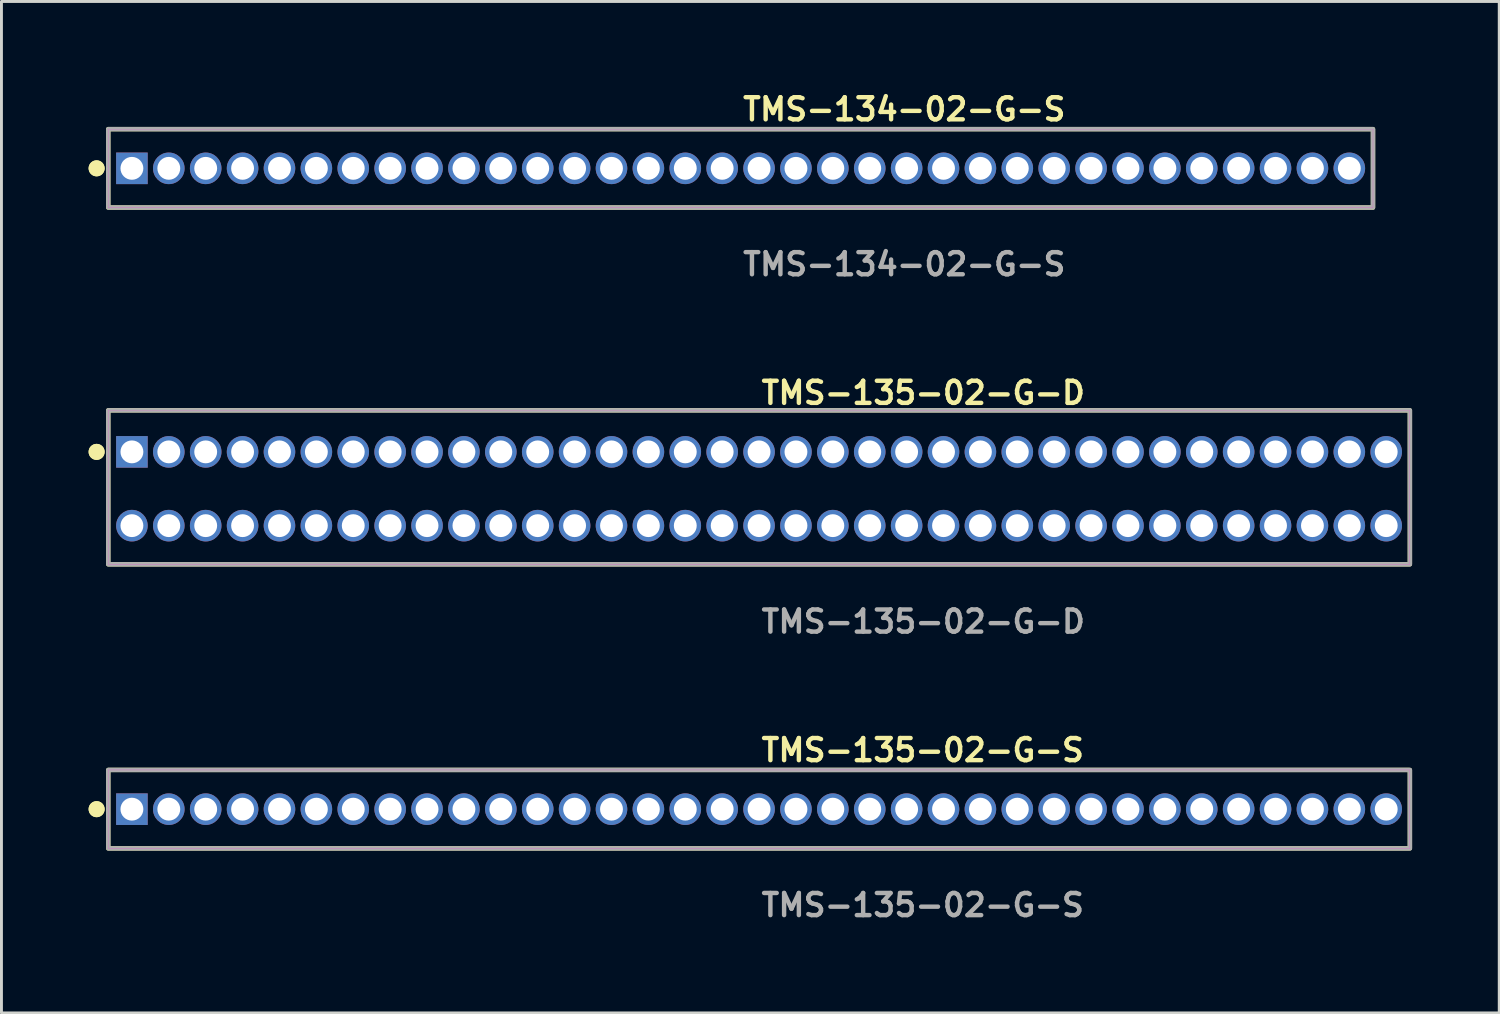
<source format=kicad_pcb>
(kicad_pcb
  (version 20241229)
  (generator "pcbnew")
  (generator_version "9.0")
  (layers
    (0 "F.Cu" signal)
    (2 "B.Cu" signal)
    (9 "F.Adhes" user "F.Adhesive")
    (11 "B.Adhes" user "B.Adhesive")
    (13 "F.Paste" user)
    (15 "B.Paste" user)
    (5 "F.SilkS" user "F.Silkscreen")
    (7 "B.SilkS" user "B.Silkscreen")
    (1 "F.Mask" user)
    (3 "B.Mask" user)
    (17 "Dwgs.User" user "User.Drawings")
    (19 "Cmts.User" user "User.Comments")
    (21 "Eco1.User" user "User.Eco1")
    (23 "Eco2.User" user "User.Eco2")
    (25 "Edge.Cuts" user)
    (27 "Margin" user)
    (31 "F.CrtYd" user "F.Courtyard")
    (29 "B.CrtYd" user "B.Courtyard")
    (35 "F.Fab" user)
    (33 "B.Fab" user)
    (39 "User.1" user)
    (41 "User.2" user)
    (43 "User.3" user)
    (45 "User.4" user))
  (footprint "TMS-134-02-G-S"
    (layer "F.Cu")
    (at 22.446 2.745)
    (property "Reference" "TMS-134-02-G-S" (at 0 -2.032 0) (unlocked yes) (layer "F.SilkS") (effects (font (size 0.762 0.762) (thickness 0.152)) (justify left)))
    (fp_rect (start -21.77 1.35) (end 21.77 -1.35) (stroke (width 0.152) (type solid)) (fill no) (layer "F.SilkS"))
    (fp_circle (center -22.17 0) (end -22.37 0) (stroke (width 0.152) (type solid)) (fill yes) (layer "F.SilkS"))
    (fp_circle (center -22.17 0) (end -22.37 0) (stroke (width 0.152) (type solid)) (fill yes) (layer "F.SilkS"))
    (fp_rect (start -21.77 1.35) (end 21.77 -1.35) (stroke (width 0.006) (type solid)) (fill no) (layer "F.CrtYd"))
    (fp_rect (start -21.77 1.35) (end 21.77 -1.35) (stroke (width 0.152) (type solid)) (fill no) (layer "F.Fab"))
    (fp_text user "${REFERENCE}" (at 0 3.302 0) (unlocked yes) (layer "F.Fab") (effects (font (size 0.762 0.762) (thickness 0.152)) (justify left)))
    (pad "1" thru_hole rect (at -20.955 0) (size 1.087 1.087) (drill 0.787) (layers "*.Cu" "*.Mask"))
    (pad "2" thru_hole circle (at -19.685 0) (size 1.087 1.087) (drill 0.787) (layers "*.Cu" "*.Mask"))
    (pad "3" thru_hole circle (at -18.415 0) (size 1.087 1.087) (drill 0.787) (layers "*.Cu" "*.Mask"))
    (pad "4" thru_hole circle (at -17.145 0) (size 1.087 1.087) (drill 0.787) (layers "*.Cu" "*.Mask"))
    (pad "5" thru_hole circle (at -15.875 0) (size 1.087 1.087) (drill 0.787) (layers "*.Cu" "*.Mask"))
    (pad "6" thru_hole circle (at -14.605 0) (size 1.087 1.087) (drill 0.787) (layers "*.Cu" "*.Mask"))
    (pad "7" thru_hole circle (at -13.335 0) (size 1.087 1.087) (drill 0.787) (layers "*.Cu" "*.Mask"))
    (pad "8" thru_hole circle (at -12.065 0) (size 1.087 1.087) (drill 0.787) (layers "*.Cu" "*.Mask"))
    (pad "9" thru_hole circle (at -10.795 0) (size 1.087 1.087) (drill 0.787) (layers "*.Cu" "*.Mask"))
    (pad "10" thru_hole circle (at -9.525 0) (size 1.087 1.087) (drill 0.787) (layers "*.Cu" "*.Mask"))
    (pad "11" thru_hole circle (at -8.255 0) (size 1.087 1.087) (drill 0.787) (layers "*.Cu" "*.Mask"))
    (pad "12" thru_hole circle (at -6.985 0) (size 1.087 1.087) (drill 0.787) (layers "*.Cu" "*.Mask"))
    (pad "13" thru_hole circle (at -5.715 0) (size 1.087 1.087) (drill 0.787) (layers "*.Cu" "*.Mask"))
    (pad "14" thru_hole circle (at -4.445 0) (size 1.087 1.087) (drill 0.787) (layers "*.Cu" "*.Mask"))
    (pad "15" thru_hole circle (at -3.175 0) (size 1.087 1.087) (drill 0.787) (layers "*.Cu" "*.Mask"))
    (pad "16" thru_hole circle (at -1.905 0) (size 1.087 1.087) (drill 0.787) (layers "*.Cu" "*.Mask"))
    (pad "17" thru_hole circle (at -0.635 0) (size 1.087 1.087) (drill 0.787) (layers "*.Cu" "*.Mask"))
    (pad "18" thru_hole circle (at 0.635 0) (size 1.087 1.087) (drill 0.787) (layers "*.Cu" "*.Mask"))
    (pad "19" thru_hole circle (at 1.905 0) (size 1.087 1.087) (drill 0.787) (layers "*.Cu" "*.Mask"))
    (pad "20" thru_hole circle (at 3.175 0) (size 1.087 1.087) (drill 0.787) (layers "*.Cu" "*.Mask"))
    (pad "21" thru_hole circle (at 4.445 0) (size 1.087 1.087) (drill 0.787) (layers "*.Cu" "*.Mask"))
    (pad "22" thru_hole circle (at 5.715 0) (size 1.087 1.087) (drill 0.787) (layers "*.Cu" "*.Mask"))
    (pad "23" thru_hole circle (at 6.985 0) (size 1.087 1.087) (drill 0.787) (layers "*.Cu" "*.Mask"))
    (pad "24" thru_hole circle (at 8.255 0) (size 1.087 1.087) (drill 0.787) (layers "*.Cu" "*.Mask"))
    (pad "25" thru_hole circle (at 9.525 0) (size 1.087 1.087) (drill 0.787) (layers "*.Cu" "*.Mask"))
    (pad "26" thru_hole circle (at 10.795 0) (size 1.087 1.087) (drill 0.787) (layers "*.Cu" "*.Mask"))
    (pad "27" thru_hole circle (at 12.065 0) (size 1.087 1.087) (drill 0.787) (layers "*.Cu" "*.Mask"))
    (pad "28" thru_hole circle (at 13.335 0) (size 1.087 1.087) (drill 0.787) (layers "*.Cu" "*.Mask"))
    (pad "29" thru_hole circle (at 14.605 0) (size 1.087 1.087) (drill 0.787) (layers "*.Cu" "*.Mask"))
    (pad "30" thru_hole circle (at 15.875 0) (size 1.087 1.087) (drill 0.787) (layers "*.Cu" "*.Mask"))
    (pad "31" thru_hole circle (at 17.145 0) (size 1.087 1.087) (drill 0.787) (layers "*.Cu" "*.Mask"))
    (pad "32" thru_hole circle (at 18.415 0) (size 1.087 1.087) (drill 0.787) (layers "*.Cu" "*.Mask"))
    (pad "33" thru_hole circle (at 19.685 0) (size 1.087 1.087) (drill 0.787) (layers "*.Cu" "*.Mask"))
    (pad "34" thru_hole circle (at 20.955 0) (size 1.087 1.087) (drill 0.787) (layers "*.Cu" "*.Mask")))
  (footprint "TMS-135-02-G-D"
    (layer "F.Cu")
    (at 23.081 13.776)
    (property "Reference" "TMS-135-02-G-D" (at 0 -3.302 0) (unlocked yes) (layer "F.SilkS") (effects (font (size 0.762 0.762) (thickness 0.152)) (justify left)))
    (fp_rect (start -22.405 2.6) (end 22.405 -2.7) (stroke (width 0.152) (type solid)) (fill no) (layer "F.SilkS"))
    (fp_circle (center -22.805 -1.27) (end -23.005 -1.27) (stroke (width 0.152) (type solid)) (fill yes) (layer "F.SilkS"))
    (fp_circle (center -22.805 -1.27) (end -23.005 -1.27) (stroke (width 0.152) (type solid)) (fill yes) (layer "F.SilkS"))
    (fp_rect (start -22.405 2.6) (end 22.405 -2.7) (stroke (width 0.006) (type solid)) (fill no) (layer "F.CrtYd"))
    (fp_rect (start -22.405 2.6) (end 22.405 -2.7) (stroke (width 0.152) (type solid)) (fill no) (layer "F.Fab"))
    (fp_text user "${REFERENCE}" (at 0 4.572 0) (unlocked yes) (layer "F.Fab") (effects (font (size 0.762 0.762) (thickness 0.152)) (justify left)))
    (pad "1" thru_hole rect (at -21.59 -1.27) (size 1.087 1.087) (drill 0.787) (layers "*.Cu" "*.Mask"))
    (pad "2" thru_hole circle (at -21.59 1.27) (size 1.087 1.087) (drill 0.787) (layers "*.Cu" "*.Mask"))
    (pad "3" thru_hole circle (at -20.32 -1.27) (size 1.087 1.087) (drill 0.787) (layers "*.Cu" "*.Mask"))
    (pad "4" thru_hole circle (at -20.32 1.27) (size 1.087 1.087) (drill 0.787) (layers "*.Cu" "*.Mask"))
    (pad "5" thru_hole circle (at -19.05 -1.27) (size 1.087 1.087) (drill 0.787) (layers "*.Cu" "*.Mask"))
    (pad "6" thru_hole circle (at -19.05 1.27) (size 1.087 1.087) (drill 0.787) (layers "*.Cu" "*.Mask"))
    (pad "7" thru_hole circle (at -17.78 -1.27) (size 1.087 1.087) (drill 0.787) (layers "*.Cu" "*.Mask"))
    (pad "8" thru_hole circle (at -17.78 1.27) (size 1.087 1.087) (drill 0.787) (layers "*.Cu" "*.Mask"))
    (pad "9" thru_hole circle (at -16.51 -1.27) (size 1.087 1.087) (drill 0.787) (layers "*.Cu" "*.Mask"))
    (pad "10" thru_hole circle (at -16.51 1.27) (size 1.087 1.087) (drill 0.787) (layers "*.Cu" "*.Mask"))
    (pad "11" thru_hole circle (at -15.24 -1.27) (size 1.087 1.087) (drill 0.787) (layers "*.Cu" "*.Mask"))
    (pad "12" thru_hole circle (at -15.24 1.27) (size 1.087 1.087) (drill 0.787) (layers "*.Cu" "*.Mask"))
    (pad "13" thru_hole circle (at -13.97 -1.27) (size 1.087 1.087) (drill 0.787) (layers "*.Cu" "*.Mask"))
    (pad "14" thru_hole circle (at -13.97 1.27) (size 1.087 1.087) (drill 0.787) (layers "*.Cu" "*.Mask"))
    (pad "15" thru_hole circle (at -12.7 -1.27) (size 1.087 1.087) (drill 0.787) (layers "*.Cu" "*.Mask"))
    (pad "16" thru_hole circle (at -12.7 1.27) (size 1.087 1.087) (drill 0.787) (layers "*.Cu" "*.Mask"))
    (pad "17" thru_hole circle (at -11.43 -1.27) (size 1.087 1.087) (drill 0.787) (layers "*.Cu" "*.Mask"))
    (pad "18" thru_hole circle (at -11.43 1.27) (size 1.087 1.087) (drill 0.787) (layers "*.Cu" "*.Mask"))
    (pad "19" thru_hole circle (at -10.16 -1.27) (size 1.087 1.087) (drill 0.787) (layers "*.Cu" "*.Mask"))
    (pad "20" thru_hole circle (at -10.16 1.27) (size 1.087 1.087) (drill 0.787) (layers "*.Cu" "*.Mask"))
    (pad "21" thru_hole circle (at -8.89 -1.27) (size 1.087 1.087) (drill 0.787) (layers "*.Cu" "*.Mask"))
    (pad "22" thru_hole circle (at -8.89 1.27) (size 1.087 1.087) (drill 0.787) (layers "*.Cu" "*.Mask"))
    (pad "23" thru_hole circle (at -7.62 -1.27) (size 1.087 1.087) (drill 0.787) (layers "*.Cu" "*.Mask"))
    (pad "24" thru_hole circle (at -7.62 1.27) (size 1.087 1.087) (drill 0.787) (layers "*.Cu" "*.Mask"))
    (pad "25" thru_hole circle (at -6.35 -1.27) (size 1.087 1.087) (drill 0.787) (layers "*.Cu" "*.Mask"))
    (pad "26" thru_hole circle (at -6.35 1.27) (size 1.087 1.087) (drill 0.787) (layers "*.Cu" "*.Mask"))
    (pad "27" thru_hole circle (at -5.08 -1.27) (size 1.087 1.087) (drill 0.787) (layers "*.Cu" "*.Mask"))
    (pad "28" thru_hole circle (at -5.08 1.27) (size 1.087 1.087) (drill 0.787) (layers "*.Cu" "*.Mask"))
    (pad "29" thru_hole circle (at -3.81 -1.27) (size 1.087 1.087) (drill 0.787) (layers "*.Cu" "*.Mask"))
    (pad "30" thru_hole circle (at -3.81 1.27) (size 1.087 1.087) (drill 0.787) (layers "*.Cu" "*.Mask"))
    (pad "31" thru_hole circle (at -2.54 -1.27) (size 1.087 1.087) (drill 0.787) (layers "*.Cu" "*.Mask"))
    (pad "32" thru_hole circle (at -2.54 1.27) (size 1.087 1.087) (drill 0.787) (layers "*.Cu" "*.Mask"))
    (pad "33" thru_hole circle (at -1.27 -1.27) (size 1.087 1.087) (drill 0.787) (layers "*.Cu" "*.Mask"))
    (pad "34" thru_hole circle (at -1.27 1.27) (size 1.087 1.087) (drill 0.787) (layers "*.Cu" "*.Mask"))
    (pad "35" thru_hole circle (at 0 -1.27) (size 1.087 1.087) (drill 0.787) (layers "*.Cu" "*.Mask"))
    (pad "36" thru_hole circle (at 0 1.27) (size 1.087 1.087) (drill 0.787) (layers "*.Cu" "*.Mask"))
    (pad "37" thru_hole circle (at 1.27 -1.27) (size 1.087 1.087) (drill 0.787) (layers "*.Cu" "*.Mask"))
    (pad "38" thru_hole circle (at 1.27 1.27) (size 1.087 1.087) (drill 0.787) (layers "*.Cu" "*.Mask"))
    (pad "39" thru_hole circle (at 2.54 -1.27) (size 1.087 1.087) (drill 0.787) (layers "*.Cu" "*.Mask"))
    (pad "40" thru_hole circle (at 2.54 1.27) (size 1.087 1.087) (drill 0.787) (layers "*.Cu" "*.Mask"))
    (pad "41" thru_hole circle (at 3.81 -1.27) (size 1.087 1.087) (drill 0.787) (layers "*.Cu" "*.Mask"))
    (pad "42" thru_hole circle (at 3.81 1.27) (size 1.087 1.087) (drill 0.787) (layers "*.Cu" "*.Mask"))
    (pad "43" thru_hole circle (at 5.08 -1.27) (size 1.087 1.087) (drill 0.787) (layers "*.Cu" "*.Mask"))
    (pad "44" thru_hole circle (at 5.08 1.27) (size 1.087 1.087) (drill 0.787) (layers "*.Cu" "*.Mask"))
    (pad "45" thru_hole circle (at 6.35 -1.27) (size 1.087 1.087) (drill 0.787) (layers "*.Cu" "*.Mask"))
    (pad "46" thru_hole circle (at 6.35 1.27) (size 1.087 1.087) (drill 0.787) (layers "*.Cu" "*.Mask"))
    (pad "47" thru_hole circle (at 7.62 -1.27) (size 1.087 1.087) (drill 0.787) (layers "*.Cu" "*.Mask"))
    (pad "48" thru_hole circle (at 7.62 1.27) (size 1.087 1.087) (drill 0.787) (layers "*.Cu" "*.Mask"))
    (pad "49" thru_hole circle (at 8.89 -1.27) (size 1.087 1.087) (drill 0.787) (layers "*.Cu" "*.Mask"))
    (pad "50" thru_hole circle (at 8.89 1.27) (size 1.087 1.087) (drill 0.787) (layers "*.Cu" "*.Mask"))
    (pad "51" thru_hole circle (at 10.16 -1.27) (size 1.087 1.087) (drill 0.787) (layers "*.Cu" "*.Mask"))
    (pad "52" thru_hole circle (at 10.16 1.27) (size 1.087 1.087) (drill 0.787) (layers "*.Cu" "*.Mask"))
    (pad "53" thru_hole circle (at 11.43 -1.27) (size 1.087 1.087) (drill 0.787) (layers "*.Cu" "*.Mask"))
    (pad "54" thru_hole circle (at 11.43 1.27) (size 1.087 1.087) (drill 0.787) (layers "*.Cu" "*.Mask"))
    (pad "55" thru_hole circle (at 12.7 -1.27) (size 1.087 1.087) (drill 0.787) (layers "*.Cu" "*.Mask"))
    (pad "56" thru_hole circle (at 12.7 1.27) (size 1.087 1.087) (drill 0.787) (layers "*.Cu" "*.Mask"))
    (pad "57" thru_hole circle (at 13.97 -1.27) (size 1.087 1.087) (drill 0.787) (layers "*.Cu" "*.Mask"))
    (pad "58" thru_hole circle (at 13.97 1.27) (size 1.087 1.087) (drill 0.787) (layers "*.Cu" "*.Mask"))
    (pad "59" thru_hole circle (at 15.24 -1.27) (size 1.087 1.087) (drill 0.787) (layers "*.Cu" "*.Mask"))
    (pad "60" thru_hole circle (at 15.24 1.27) (size 1.087 1.087) (drill 0.787) (layers "*.Cu" "*.Mask"))
    (pad "61" thru_hole circle (at 16.51 -1.27) (size 1.087 1.087) (drill 0.787) (layers "*.Cu" "*.Mask"))
    (pad "62" thru_hole circle (at 16.51 1.27) (size 1.087 1.087) (drill 0.787) (layers "*.Cu" "*.Mask"))
    (pad "63" thru_hole circle (at 17.78 -1.27) (size 1.087 1.087) (drill 0.787) (layers "*.Cu" "*.Mask"))
    (pad "64" thru_hole circle (at 17.78 1.27) (size 1.087 1.087) (drill 0.787) (layers "*.Cu" "*.Mask"))
    (pad "65" thru_hole circle (at 19.05 -1.27) (size 1.087 1.087) (drill 0.787) (layers "*.Cu" "*.Mask"))
    (pad "66" thru_hole circle (at 19.05 1.27) (size 1.087 1.087) (drill 0.787) (layers "*.Cu" "*.Mask"))
    (pad "67" thru_hole circle (at 20.32 -1.27) (size 1.087 1.087) (drill 0.787) (layers "*.Cu" "*.Mask"))
    (pad "68" thru_hole circle (at 20.32 1.27) (size 1.087 1.087) (drill 0.787) (layers "*.Cu" "*.Mask"))
    (pad "69" thru_hole circle (at 21.59 -1.27) (size 1.087 1.087) (drill 0.787) (layers "*.Cu" "*.Mask"))
    (pad "70" thru_hole circle (at 21.59 1.27) (size 1.087 1.087) (drill 0.787) (layers "*.Cu" "*.Mask")))
  (footprint "TMS-135-02-G-S"
    (layer "F.Cu")
    (at 23.081 24.806)
    (property "Reference" "TMS-135-02-G-S" (at 0 -2.032 0) (unlocked yes) (layer "F.SilkS") (effects (font (size 0.762 0.762) (thickness 0.152)) (justify left)))
    (fp_rect (start -22.405 1.35) (end 22.405 -1.35) (stroke (width 0.152) (type solid)) (fill no) (layer "F.SilkS"))
    (fp_circle (center -22.805 0) (end -23.005 0) (stroke (width 0.152) (type solid)) (fill yes) (layer "F.SilkS"))
    (fp_circle (center -22.805 0) (end -23.005 0) (stroke (width 0.152) (type solid)) (fill yes) (layer "F.SilkS"))
    (fp_rect (start -22.405 1.35) (end 22.405 -1.35) (stroke (width 0.006) (type solid)) (fill no) (layer "F.CrtYd"))
    (fp_rect (start -22.405 1.35) (end 22.405 -1.35) (stroke (width 0.152) (type solid)) (fill no) (layer "F.Fab"))
    (fp_text user "${REFERENCE}" (at 0 3.302 0) (unlocked yes) (layer "F.Fab") (effects (font (size 0.762 0.762) (thickness 0.152)) (justify left)))
    (pad "1" thru_hole rect (at -21.59 0) (size 1.087 1.087) (drill 0.787) (layers "*.Cu" "*.Mask"))
    (pad "2" thru_hole circle (at -20.32 0) (size 1.087 1.087) (drill 0.787) (layers "*.Cu" "*.Mask"))
    (pad "3" thru_hole circle (at -19.05 0) (size 1.087 1.087) (drill 0.787) (layers "*.Cu" "*.Mask"))
    (pad "4" thru_hole circle (at -17.78 0) (size 1.087 1.087) (drill 0.787) (layers "*.Cu" "*.Mask"))
    (pad "5" thru_hole circle (at -16.51 0) (size 1.087 1.087) (drill 0.787) (layers "*.Cu" "*.Mask"))
    (pad "6" thru_hole circle (at -15.24 0) (size 1.087 1.087) (drill 0.787) (layers "*.Cu" "*.Mask"))
    (pad "7" thru_hole circle (at -13.97 0) (size 1.087 1.087) (drill 0.787) (layers "*.Cu" "*.Mask"))
    (pad "8" thru_hole circle (at -12.7 0) (size 1.087 1.087) (drill 0.787) (layers "*.Cu" "*.Mask"))
    (pad "9" thru_hole circle (at -11.43 0) (size 1.087 1.087) (drill 0.787) (layers "*.Cu" "*.Mask"))
    (pad "10" thru_hole circle (at -10.16 0) (size 1.087 1.087) (drill 0.787) (layers "*.Cu" "*.Mask"))
    (pad "11" thru_hole circle (at -8.89 0) (size 1.087 1.087) (drill 0.787) (layers "*.Cu" "*.Mask"))
    (pad "12" thru_hole circle (at -7.62 0) (size 1.087 1.087) (drill 0.787) (layers "*.Cu" "*.Mask"))
    (pad "13" thru_hole circle (at -6.35 0) (size 1.087 1.087) (drill 0.787) (layers "*.Cu" "*.Mask"))
    (pad "14" thru_hole circle (at -5.08 0) (size 1.087 1.087) (drill 0.787) (layers "*.Cu" "*.Mask"))
    (pad "15" thru_hole circle (at -3.81 0) (size 1.087 1.087) (drill 0.787) (layers "*.Cu" "*.Mask"))
    (pad "16" thru_hole circle (at -2.54 0) (size 1.087 1.087) (drill 0.787) (layers "*.Cu" "*.Mask"))
    (pad "17" thru_hole circle (at -1.27 0) (size 1.087 1.087) (drill 0.787) (layers "*.Cu" "*.Mask"))
    (pad "18" thru_hole circle (at 0 0) (size 1.087 1.087) (drill 0.787) (layers "*.Cu" "*.Mask"))
    (pad "19" thru_hole circle (at 1.27 0) (size 1.087 1.087) (drill 0.787) (layers "*.Cu" "*.Mask"))
    (pad "20" thru_hole circle (at 2.54 0) (size 1.087 1.087) (drill 0.787) (layers "*.Cu" "*.Mask"))
    (pad "21" thru_hole circle (at 3.81 0) (size 1.087 1.087) (drill 0.787) (layers "*.Cu" "*.Mask"))
    (pad "22" thru_hole circle (at 5.08 0) (size 1.087 1.087) (drill 0.787) (layers "*.Cu" "*.Mask"))
    (pad "23" thru_hole circle (at 6.35 0) (size 1.087 1.087) (drill 0.787) (layers "*.Cu" "*.Mask"))
    (pad "24" thru_hole circle (at 7.62 0) (size 1.087 1.087) (drill 0.787) (layers "*.Cu" "*.Mask"))
    (pad "25" thru_hole circle (at 8.89 0) (size 1.087 1.087) (drill 0.787) (layers "*.Cu" "*.Mask"))
    (pad "26" thru_hole circle (at 10.16 0) (size 1.087 1.087) (drill 0.787) (layers "*.Cu" "*.Mask"))
    (pad "27" thru_hole circle (at 11.43 0) (size 1.087 1.087) (drill 0.787) (layers "*.Cu" "*.Mask"))
    (pad "28" thru_hole circle (at 12.7 0) (size 1.087 1.087) (drill 0.787) (layers "*.Cu" "*.Mask"))
    (pad "29" thru_hole circle (at 13.97 0) (size 1.087 1.087) (drill 0.787) (layers "*.Cu" "*.Mask"))
    (pad "30" thru_hole circle (at 15.24 0) (size 1.087 1.087) (drill 0.787) (layers "*.Cu" "*.Mask"))
    (pad "31" thru_hole circle (at 16.51 0) (size 1.087 1.087) (drill 0.787) (layers "*.Cu" "*.Mask"))
    (pad "32" thru_hole circle (at 17.78 0) (size 1.087 1.087) (drill 0.787) (layers "*.Cu" "*.Mask"))
    (pad "33" thru_hole circle (at 19.05 0) (size 1.087 1.087) (drill 0.787) (layers "*.Cu" "*.Mask"))
    (pad "34" thru_hole circle (at 20.32 0) (size 1.087 1.087) (drill 0.787) (layers "*.Cu" "*.Mask"))
    (pad "35" thru_hole circle (at 21.59 0) (size 1.087 1.087) (drill 0.787) (layers "*.Cu" "*.Mask")))
  (gr_rect
    (start -3 -3)
    (end 48.562 31.821)
    (stroke (width 0.1) (type default))
    (fill no)
    (layer "Edge.Cuts")))
</source>
